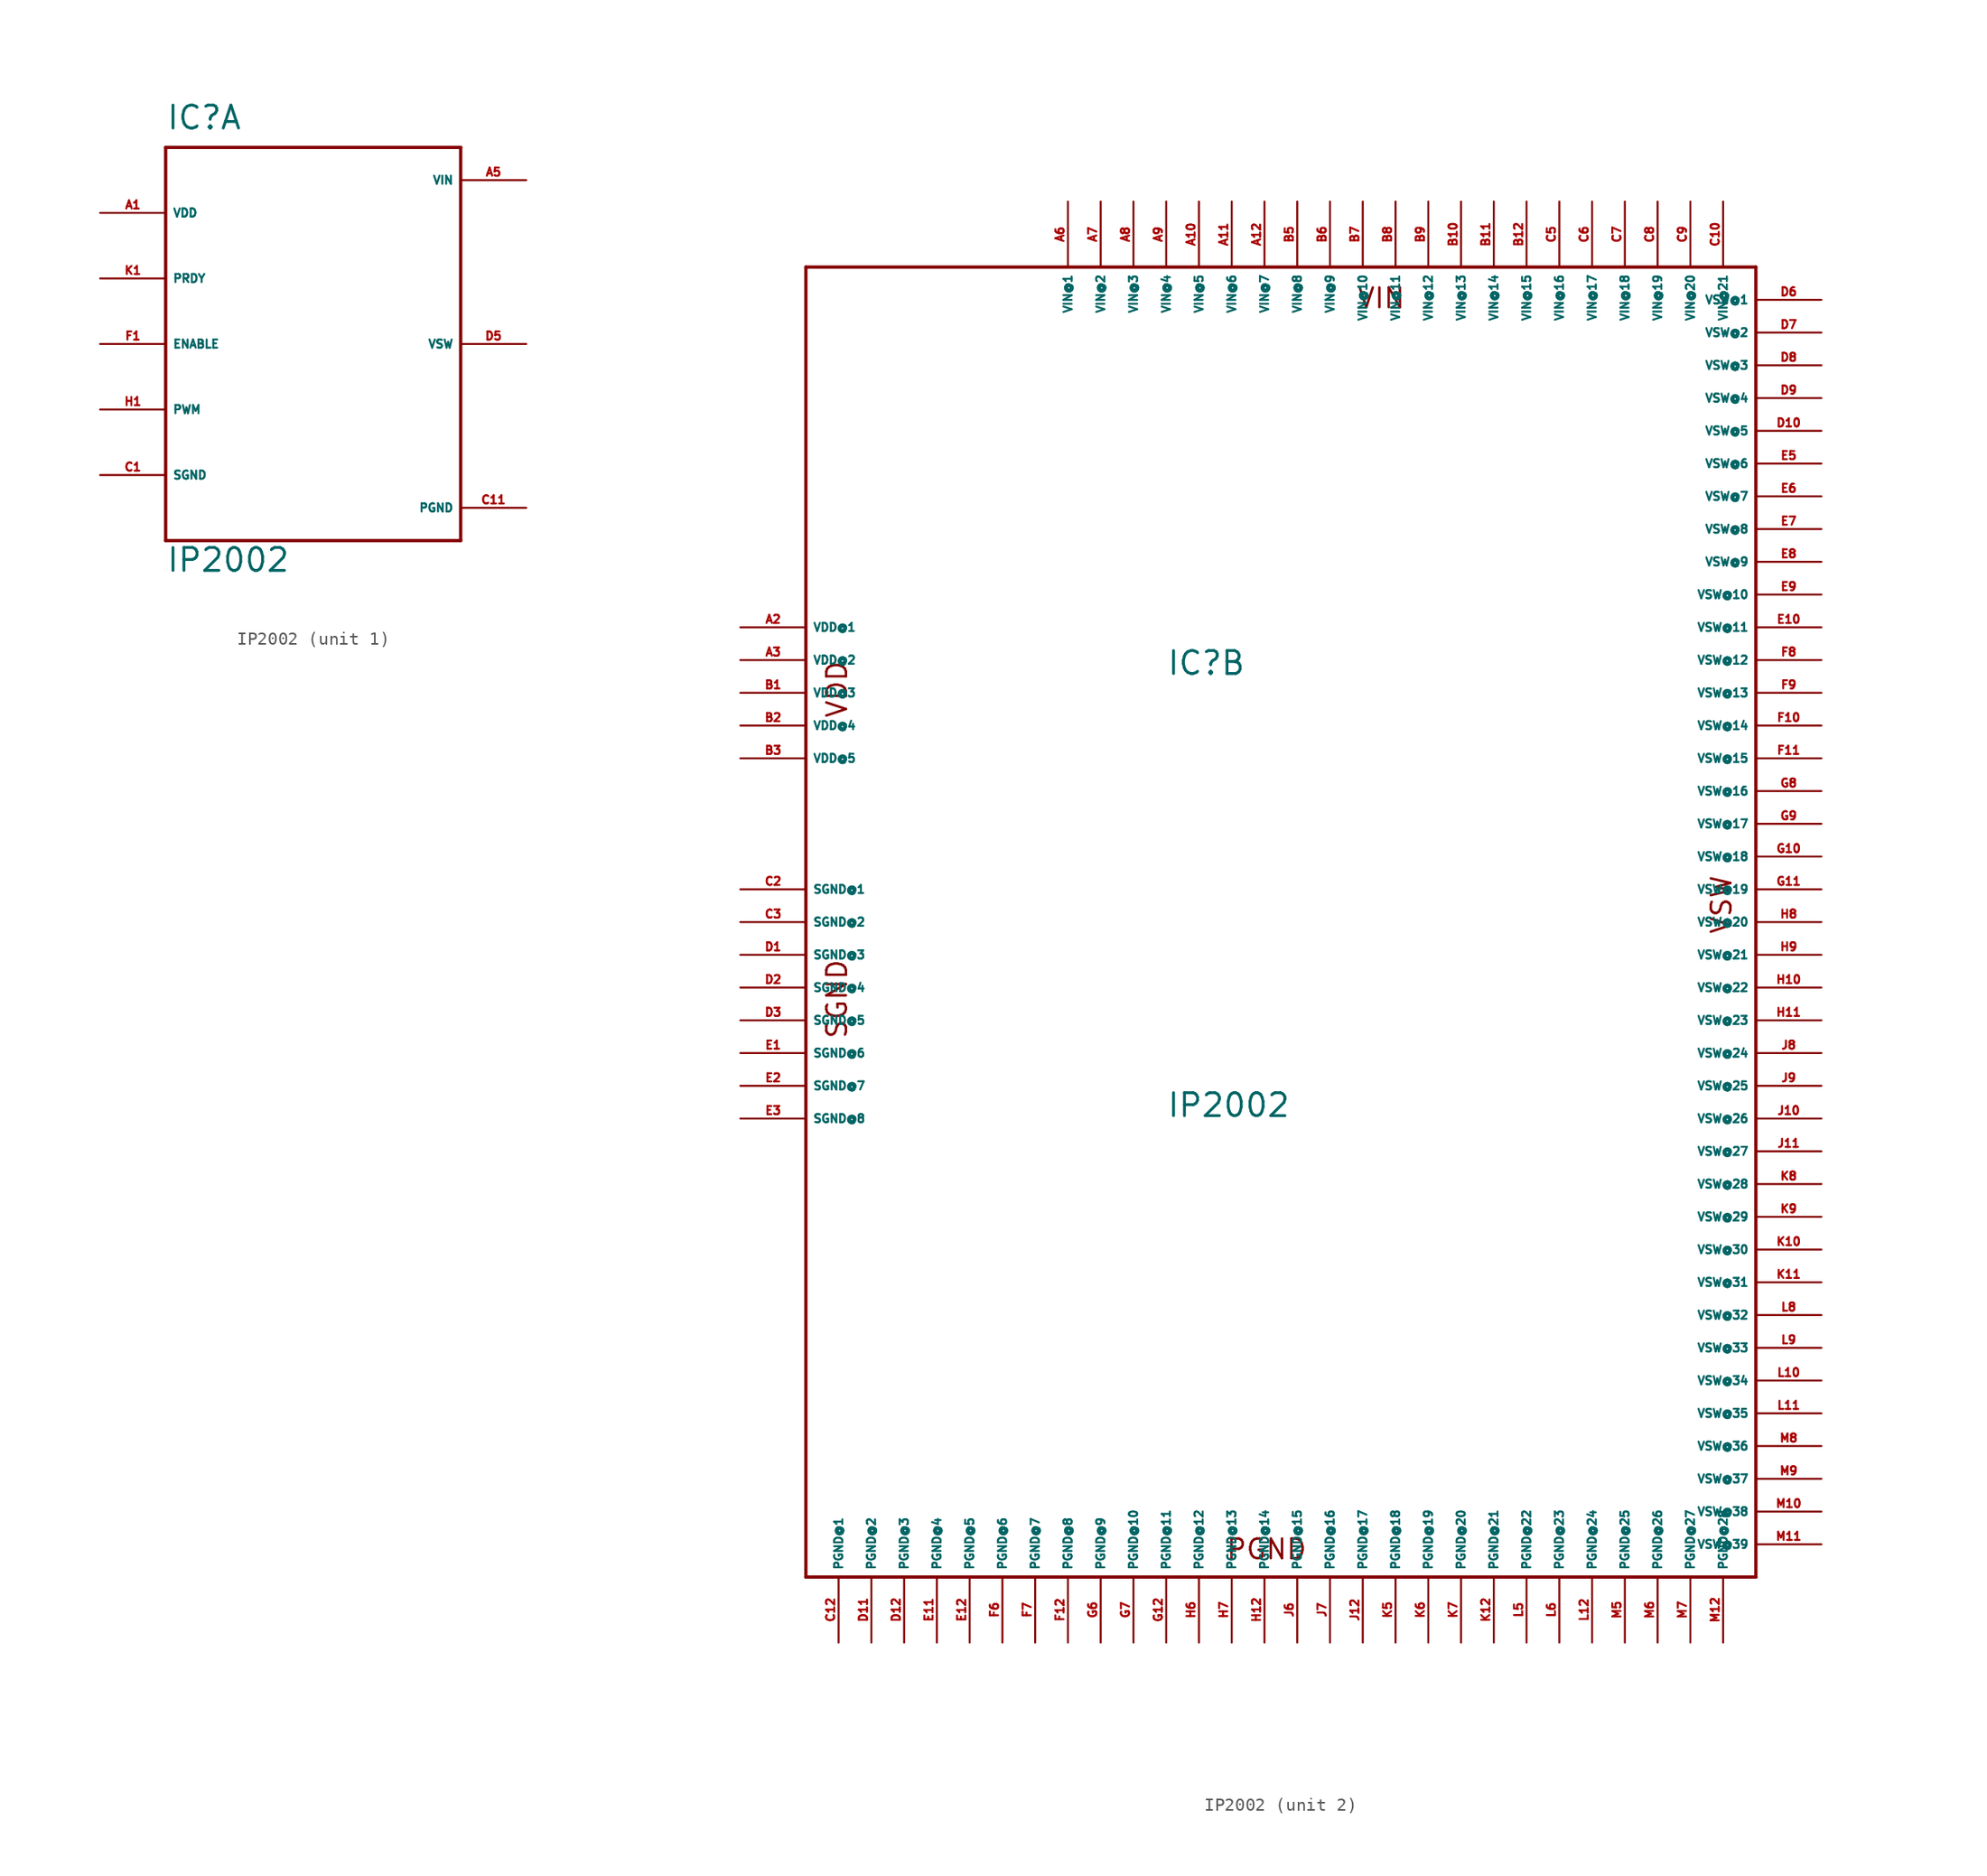
<source format=kicad_sym>
(kicad_symbol_lib
  (version 20220914)
  (generator Eagle2Kicad)
  (symbol "IP2002"
    (property "Reference" "IC"
      (at -10.16 16.51 0)
      (effects (font (size 1.778 1.778) (thickness 0.22)) (justify left bottom)))
    (property "Value" "IP2002"
      (at -10.16 -17.78 0)
      (effects (font (size 1.778 1.778) (thickness 0.22)) (justify left bottom)))
    (symbol "IP2002_1_0"
      (polyline (pts (xy -10.16 15.24) (xy -10.16 -15.24)) (stroke (width 0.254) (type default)) (fill (type none)))
      (polyline (pts (xy -10.16 -15.24) (xy 12.7 -15.24)) (stroke (width 0.254) (type default)) (fill (type none)))
      (polyline (pts (xy 12.7 -15.24) (xy 12.7 15.24)) (stroke (width 0.254) (type default)) (fill (type none)))
      (polyline (pts (xy 12.7 15.24) (xy -10.16 15.24)) (stroke (width 0.254) (type default)) (fill (type none)))
      (pin input line (at -15.24 5.08 0) (length 5.08) (name "PRDY" (effects (font (size 0.635 0.635) (thickness 0.08)) (justify left bottom))) (number "K1" (effects (font (size 0.635 0.635) (thickness 0.08)) (justify left bottom))))
      (pin input line (at -15.24 0 0) (length 5.08) (name "ENABLE" (effects (font (size 0.635 0.635) (thickness 0.08)) (justify left bottom))) (number "F1" (effects (font (size 0.635 0.635) (thickness 0.08)) (justify left bottom))))
      (pin input line (at -15.24 -5.08 0) (length 5.08) (name "PWM" (effects (font (size 0.635 0.635) (thickness 0.08)) (justify left bottom))) (number "H1" (effects (font (size 0.635 0.635) (thickness 0.08)) (justify left bottom))))
      (pin unspecified line (at -15.24 10.16 0) (length 5.08) (name "VDD" (effects (font (size 0.635 0.635) (thickness 0.08)) (justify left bottom))) (number "A1" (effects (font (size 0.635 0.635) (thickness 0.08)) (justify left bottom))))
      (pin unspecified line (at -15.24 -10.16 0) (length 5.08) (name "SGND" (effects (font (size 0.635 0.635) (thickness 0.08)) (justify left bottom))) (number "C1" (effects (font (size 0.635 0.635) (thickness 0.08)) (justify left bottom))))
      (pin unspecified line (at 17.78 -12.7 180) (length 5.08) (name "PGND" (effects (font (size 0.635 0.635) (thickness 0.08)) (justify left bottom))) (number "C11" (effects (font (size 0.635 0.635) (thickness 0.08)) (justify left bottom))))
      (pin unspecified line (at 17.78 12.7 180) (length 5.08) (name "VIN" (effects (font (size 0.635 0.635) (thickness 0.08)) (justify left bottom))) (number "A5" (effects (font (size 0.635 0.635) (thickness 0.08)) (justify left bottom))))
      (pin unspecified line (at 17.78 0 180) (length 5.08) (name "VSW" (effects (font (size 0.635 0.635) (thickness 0.08)) (justify left bottom))) (number "D5" (effects (font (size 0.635 0.635) (thickness 0.08)) (justify left bottom)))))
    (symbol "IP2002_2_0"
      (polyline (pts (xy -38.1 48.26) (xy 35.56 48.26)) (stroke (width 0.254) (type default)) (fill (type none)))
      (polyline (pts (xy 35.56 48.26) (xy 35.56 -53.34)) (stroke (width 0.254) (type default)) (fill (type none)))
      (polyline (pts (xy 35.56 -53.34) (xy -38.1 -53.34)) (stroke (width 0.254) (type default)) (fill (type none)))
      (polyline (pts (xy -38.1 -53.34) (xy -38.1 48.26)) (stroke (width 0.254) (type default)) (fill (type none)))
      (text "VIN" (at 4.572 44.958 0) (effects (font (size 1.524 1.524) (thickness 0.19)) (justify left bottom)))
      (text "SGND" (at -34.798 -11.684 900) (effects (font (size 1.524 1.524) (thickness 0.19)) (justify left bottom)))
      (text "PGND" (at -5.588 -52.07 0) (effects (font (size 1.524 1.524) (thickness 0.19)) (justify left bottom)))
      (text "VDD" (at -34.798 13.208 900) (effects (font (size 1.524 1.524) (thickness 0.19)) (justify left bottom)))
      (text "VSW" (at 33.782 -3.556 900) (effects (font (size 1.524 1.524) (thickness 0.19)) (justify left bottom)))
      (pin unspecified line (at -17.78 53.34 270) (length 5.08) (name "VIN@1" (effects (font (size 0.635 0.635) (thickness 0.08)) (justify left bottom))) (number "A6" (effects (font (size 0.635 0.635) (thickness 0.08)) (justify left bottom))))
      (pin unspecified line (at -15.24 53.34 270) (length 5.08) (name "VIN@2" (effects (font (size 0.635 0.635) (thickness 0.08)) (justify left bottom))) (number "A7" (effects (font (size 0.635 0.635) (thickness 0.08)) (justify left bottom))))
      (pin unspecified line (at -12.7 53.34 270) (length 5.08) (name "VIN@3" (effects (font (size 0.635 0.635) (thickness 0.08)) (justify left bottom))) (number "A8" (effects (font (size 0.635 0.635) (thickness 0.08)) (justify left bottom))))
      (pin unspecified line (at -10.16 53.34 270) (length 5.08) (name "VIN@4" (effects (font (size 0.635 0.635) (thickness 0.08)) (justify left bottom))) (number "A9" (effects (font (size 0.635 0.635) (thickness 0.08)) (justify left bottom))))
      (pin unspecified line (at -7.62 53.34 270) (length 5.08) (name "VIN@5" (effects (font (size 0.635 0.635) (thickness 0.08)) (justify left bottom))) (number "A10" (effects (font (size 0.635 0.635) (thickness 0.08)) (justify left bottom))))
      (pin unspecified line (at -5.08 53.34 270) (length 5.08) (name "VIN@6" (effects (font (size 0.635 0.635) (thickness 0.08)) (justify left bottom))) (number "A11" (effects (font (size 0.635 0.635) (thickness 0.08)) (justify left bottom))))
      (pin unspecified line (at -2.54 53.34 270) (length 5.08) (name "VIN@7" (effects (font (size 0.635 0.635) (thickness 0.08)) (justify left bottom))) (number "A12" (effects (font (size 0.635 0.635) (thickness 0.08)) (justify left bottom))))
      (pin unspecified line (at 0 53.34 270) (length 5.08) (name "VIN@8" (effects (font (size 0.635 0.635) (thickness 0.08)) (justify left bottom))) (number "B5" (effects (font (size 0.635 0.635) (thickness 0.08)) (justify left bottom))))
      (pin unspecified line (at 2.54 53.34 270) (length 5.08) (name "VIN@9" (effects (font (size 0.635 0.635) (thickness 0.08)) (justify left bottom))) (number "B6" (effects (font (size 0.635 0.635) (thickness 0.08)) (justify left bottom))))
      (pin unspecified line (at 5.08 53.34 270) (length 5.08) (name "VIN@10" (effects (font (size 0.635 0.635) (thickness 0.08)) (justify left bottom))) (number "B7" (effects (font (size 0.635 0.635) (thickness 0.08)) (justify left bottom))))
      (pin unspecified line (at 7.62 53.34 270) (length 5.08) (name "VIN@11" (effects (font (size 0.635 0.635) (thickness 0.08)) (justify left bottom))) (number "B8" (effects (font (size 0.635 0.635) (thickness 0.08)) (justify left bottom))))
      (pin unspecified line (at 10.16 53.34 270) (length 5.08) (name "VIN@12" (effects (font (size 0.635 0.635) (thickness 0.08)) (justify left bottom))) (number "B9" (effects (font (size 0.635 0.635) (thickness 0.08)) (justify left bottom))))
      (pin unspecified line (at 12.7 53.34 270) (length 5.08) (name "VIN@13" (effects (font (size 0.635 0.635) (thickness 0.08)) (justify left bottom))) (number "B10" (effects (font (size 0.635 0.635) (thickness 0.08)) (justify left bottom))))
      (pin unspecified line (at 15.24 53.34 270) (length 5.08) (name "VIN@14" (effects (font (size 0.635 0.635) (thickness 0.08)) (justify left bottom))) (number "B11" (effects (font (size 0.635 0.635) (thickness 0.08)) (justify left bottom))))
      (pin unspecified line (at 17.78 53.34 270) (length 5.08) (name "VIN@15" (effects (font (size 0.635 0.635) (thickness 0.08)) (justify left bottom))) (number "B12" (effects (font (size 0.635 0.635) (thickness 0.08)) (justify left bottom))))
      (pin unspecified line (at 20.32 53.34 270) (length 5.08) (name "VIN@16" (effects (font (size 0.635 0.635) (thickness 0.08)) (justify left bottom))) (number "C5" (effects (font (size 0.635 0.635) (thickness 0.08)) (justify left bottom))))
      (pin unspecified line (at 22.86 53.34 270) (length 5.08) (name "VIN@17" (effects (font (size 0.635 0.635) (thickness 0.08)) (justify left bottom))) (number "C6" (effects (font (size 0.635 0.635) (thickness 0.08)) (justify left bottom))))
      (pin unspecified line (at 25.4 53.34 270) (length 5.08) (name "VIN@18" (effects (font (size 0.635 0.635) (thickness 0.08)) (justify left bottom))) (number "C7" (effects (font (size 0.635 0.635) (thickness 0.08)) (justify left bottom))))
      (pin unspecified line (at 27.94 53.34 270) (length 5.08) (name "VIN@19" (effects (font (size 0.635 0.635) (thickness 0.08)) (justify left bottom))) (number "C8" (effects (font (size 0.635 0.635) (thickness 0.08)) (justify left bottom))))
      (pin unspecified line (at 30.48 53.34 270) (length 5.08) (name "VIN@20" (effects (font (size 0.635 0.635) (thickness 0.08)) (justify left bottom))) (number "C9" (effects (font (size 0.635 0.635) (thickness 0.08)) (justify left bottom))))
      (pin unspecified line (at 33.02 53.34 270) (length 5.08) (name "VIN@21" (effects (font (size 0.635 0.635) (thickness 0.08)) (justify left bottom))) (number "C10" (effects (font (size 0.635 0.635) (thickness 0.08)) (justify left bottom))))
      (pin unspecified line (at -43.18 20.32 0) (length 5.08) (name "VDD@1" (effects (font (size 0.635 0.635) (thickness 0.08)) (justify left bottom))) (number "A2" (effects (font (size 0.635 0.635) (thickness 0.08)) (justify left bottom))))
      (pin unspecified line (at -43.18 17.78 0) (length 5.08) (name "VDD@2" (effects (font (size 0.635 0.635) (thickness 0.08)) (justify left bottom))) (number "A3" (effects (font (size 0.635 0.635) (thickness 0.08)) (justify left bottom))))
      (pin unspecified line (at -43.18 15.24 0) (length 5.08) (name "VDD@3" (effects (font (size 0.635 0.635) (thickness 0.08)) (justify left bottom))) (number "B1" (effects (font (size 0.635 0.635) (thickness 0.08)) (justify left bottom))))
      (pin unspecified line (at -43.18 12.7 0) (length 5.08) (name "VDD@4" (effects (font (size 0.635 0.635) (thickness 0.08)) (justify left bottom))) (number "B2" (effects (font (size 0.635 0.635) (thickness 0.08)) (justify left bottom))))
      (pin unspecified line (at -43.18 10.16 0) (length 5.08) (name "VDD@5" (effects (font (size 0.635 0.635) (thickness 0.08)) (justify left bottom))) (number "B3" (effects (font (size 0.635 0.635) (thickness 0.08)) (justify left bottom))))
      (pin unspecified line (at -43.18 0 0) (length 5.08) (name "SGND@1" (effects (font (size 0.635 0.635) (thickness 0.08)) (justify left bottom))) (number "C2" (effects (font (size 0.635 0.635) (thickness 0.08)) (justify left bottom))))
      (pin unspecified line (at -43.18 -2.54 0) (length 5.08) (name "SGND@2" (effects (font (size 0.635 0.635) (thickness 0.08)) (justify left bottom))) (number "C3" (effects (font (size 0.635 0.635) (thickness 0.08)) (justify left bottom))))
      (pin unspecified line (at -43.18 -5.08 0) (length 5.08) (name "SGND@3" (effects (font (size 0.635 0.635) (thickness 0.08)) (justify left bottom))) (number "D1" (effects (font (size 0.635 0.635) (thickness 0.08)) (justify left bottom))))
      (pin unspecified line (at -43.18 -7.62 0) (length 5.08) (name "SGND@4" (effects (font (size 0.635 0.635) (thickness 0.08)) (justify left bottom))) (number "D2" (effects (font (size 0.635 0.635) (thickness 0.08)) (justify left bottom))))
      (pin unspecified line (at -43.18 -10.16 0) (length 5.08) (name "SGND@5" (effects (font (size 0.635 0.635) (thickness 0.08)) (justify left bottom))) (number "D3" (effects (font (size 0.635 0.635) (thickness 0.08)) (justify left bottom))))
      (pin unspecified line (at -43.18 -12.7 0) (length 5.08) (name "SGND@6" (effects (font (size 0.635 0.635) (thickness 0.08)) (justify left bottom))) (number "E1" (effects (font (size 0.635 0.635) (thickness 0.08)) (justify left bottom))))
      (pin unspecified line (at -43.18 -15.24 0) (length 5.08) (name "SGND@7" (effects (font (size 0.635 0.635) (thickness 0.08)) (justify left bottom))) (number "E2" (effects (font (size 0.635 0.635) (thickness 0.08)) (justify left bottom))))
      (pin unspecified line (at -43.18 -17.78 0) (length 5.08) (name "SGND@8" (effects (font (size 0.635 0.635) (thickness 0.08)) (justify left bottom))) (number "E3" (effects (font (size 0.635 0.635) (thickness 0.08)) (justify left bottom))))
      (pin unspecified line (at -35.56 -58.42 90) (length 5.08) (name "PGND@1" (effects (font (size 0.635 0.635) (thickness 0.08)) (justify left bottom))) (number "C12" (effects (font (size 0.635 0.635) (thickness 0.08)) (justify left bottom))))
      (pin unspecified line (at -33.02 -58.42 90) (length 5.08) (name "PGND@2" (effects (font (size 0.635 0.635) (thickness 0.08)) (justify left bottom))) (number "D11" (effects (font (size 0.635 0.635) (thickness 0.08)) (justify left bottom))))
      (pin unspecified line (at -30.48 -58.42 90) (length 5.08) (name "PGND@3" (effects (font (size 0.635 0.635) (thickness 0.08)) (justify left bottom))) (number "D12" (effects (font (size 0.635 0.635) (thickness 0.08)) (justify left bottom))))
      (pin unspecified line (at -27.94 -58.42 90) (length 5.08) (name "PGND@4" (effects (font (size 0.635 0.635) (thickness 0.08)) (justify left bottom))) (number "E11" (effects (font (size 0.635 0.635) (thickness 0.08)) (justify left bottom))))
      (pin unspecified line (at -25.4 -58.42 90) (length 5.08) (name "PGND@5" (effects (font (size 0.635 0.635) (thickness 0.08)) (justify left bottom))) (number "E12" (effects (font (size 0.635 0.635) (thickness 0.08)) (justify left bottom))))
      (pin unspecified line (at -22.86 -58.42 90) (length 5.08) (name "PGND@6" (effects (font (size 0.635 0.635) (thickness 0.08)) (justify left bottom))) (number "F6" (effects (font (size 0.635 0.635) (thickness 0.08)) (justify left bottom))))
      (pin unspecified line (at -20.32 -58.42 90) (length 5.08) (name "PGND@7" (effects (font (size 0.635 0.635) (thickness 0.08)) (justify left bottom))) (number "F7" (effects (font (size 0.635 0.635) (thickness 0.08)) (justify left bottom))))
      (pin unspecified line (at -17.78 -58.42 90) (length 5.08) (name "PGND@8" (effects (font (size 0.635 0.635) (thickness 0.08)) (justify left bottom))) (number "F12" (effects (font (size 0.635 0.635) (thickness 0.08)) (justify left bottom))))
      (pin unspecified line (at -15.24 -58.42 90) (length 5.08) (name "PGND@9" (effects (font (size 0.635 0.635) (thickness 0.08)) (justify left bottom))) (number "G6" (effects (font (size 0.635 0.635) (thickness 0.08)) (justify left bottom))))
      (pin unspecified line (at -12.7 -58.42 90) (length 5.08) (name "PGND@10" (effects (font (size 0.635 0.635) (thickness 0.08)) (justify left bottom))) (number "G7" (effects (font (size 0.635 0.635) (thickness 0.08)) (justify left bottom))))
      (pin unspecified line (at -10.16 -58.42 90) (length 5.08) (name "PGND@11" (effects (font (size 0.635 0.635) (thickness 0.08)) (justify left bottom))) (number "G12" (effects (font (size 0.635 0.635) (thickness 0.08)) (justify left bottom))))
      (pin unspecified line (at -7.62 -58.42 90) (length 5.08) (name "PGND@12" (effects (font (size 0.635 0.635) (thickness 0.08)) (justify left bottom))) (number "H6" (effects (font (size 0.635 0.635) (thickness 0.08)) (justify left bottom))))
      (pin unspecified line (at -5.08 -58.42 90) (length 5.08) (name "PGND@13" (effects (font (size 0.635 0.635) (thickness 0.08)) (justify left bottom))) (number "H7" (effects (font (size 0.635 0.635) (thickness 0.08)) (justify left bottom))))
      (pin unspecified line (at -2.54 -58.42 90) (length 5.08) (name "PGND@14" (effects (font (size 0.635 0.635) (thickness 0.08)) (justify left bottom))) (number "H12" (effects (font (size 0.635 0.635) (thickness 0.08)) (justify left bottom))))
      (pin unspecified line (at 0 -58.42 90) (length 5.08) (name "PGND@15" (effects (font (size 0.635 0.635) (thickness 0.08)) (justify left bottom))) (number "J6" (effects (font (size 0.635 0.635) (thickness 0.08)) (justify left bottom))))
      (pin unspecified line (at 2.54 -58.42 90) (length 5.08) (name "PGND@16" (effects (font (size 0.635 0.635) (thickness 0.08)) (justify left bottom))) (number "J7" (effects (font (size 0.635 0.635) (thickness 0.08)) (justify left bottom))))
      (pin unspecified line (at 5.08 -58.42 90) (length 5.08) (name "PGND@17" (effects (font (size 0.635 0.635) (thickness 0.08)) (justify left bottom))) (number "J12" (effects (font (size 0.635 0.635) (thickness 0.08)) (justify left bottom))))
      (pin unspecified line (at 7.62 -58.42 90) (length 5.08) (name "PGND@18" (effects (font (size 0.635 0.635) (thickness 0.08)) (justify left bottom))) (number "K5" (effects (font (size 0.635 0.635) (thickness 0.08)) (justify left bottom))))
      (pin unspecified line (at 10.16 -58.42 90) (length 5.08) (name "PGND@19" (effects (font (size 0.635 0.635) (thickness 0.08)) (justify left bottom))) (number "K6" (effects (font (size 0.635 0.635) (thickness 0.08)) (justify left bottom))))
      (pin unspecified line (at 12.7 -58.42 90) (length 5.08) (name "PGND@20" (effects (font (size 0.635 0.635) (thickness 0.08)) (justify left bottom))) (number "K7" (effects (font (size 0.635 0.635) (thickness 0.08)) (justify left bottom))))
      (pin unspecified line (at 15.24 -58.42 90) (length 5.08) (name "PGND@21" (effects (font (size 0.635 0.635) (thickness 0.08)) (justify left bottom))) (number "K12" (effects (font (size 0.635 0.635) (thickness 0.08)) (justify left bottom))))
      (pin unspecified line (at 17.78 -58.42 90) (length 5.08) (name "PGND@22" (effects (font (size 0.635 0.635) (thickness 0.08)) (justify left bottom))) (number "L5" (effects (font (size 0.635 0.635) (thickness 0.08)) (justify left bottom))))
      (pin unspecified line (at 20.32 -58.42 90) (length 5.08) (name "PGND@23" (effects (font (size 0.635 0.635) (thickness 0.08)) (justify left bottom))) (number "L6" (effects (font (size 0.635 0.635) (thickness 0.08)) (justify left bottom))))
      (pin unspecified line (at 22.86 -58.42 90) (length 5.08) (name "PGND@24" (effects (font (size 0.635 0.635) (thickness 0.08)) (justify left bottom))) (number "L12" (effects (font (size 0.635 0.635) (thickness 0.08)) (justify left bottom))))
      (pin unspecified line (at 25.4 -58.42 90) (length 5.08) (name "PGND@25" (effects (font (size 0.635 0.635) (thickness 0.08)) (justify left bottom))) (number "M5" (effects (font (size 0.635 0.635) (thickness 0.08)) (justify left bottom))))
      (pin unspecified line (at 27.94 -58.42 90) (length 5.08) (name "PGND@26" (effects (font (size 0.635 0.635) (thickness 0.08)) (justify left bottom))) (number "M6" (effects (font (size 0.635 0.635) (thickness 0.08)) (justify left bottom))))
      (pin unspecified line (at 30.48 -58.42 90) (length 5.08) (name "PGND@27" (effects (font (size 0.635 0.635) (thickness 0.08)) (justify left bottom))) (number "M7" (effects (font (size 0.635 0.635) (thickness 0.08)) (justify left bottom))))
      (pin unspecified line (at 33.02 -58.42 90) (length 5.08) (name "PGND@28" (effects (font (size 0.635 0.635) (thickness 0.08)) (justify left bottom))) (number "M12" (effects (font (size 0.635 0.635) (thickness 0.08)) (justify left bottom))))
      (pin unspecified line (at 40.64 45.72 180) (length 5.08) (name "VSW@1" (effects (font (size 0.635 0.635) (thickness 0.08)) (justify left bottom))) (number "D6" (effects (font (size 0.635 0.635) (thickness 0.08)) (justify left bottom))))
      (pin unspecified line (at 40.64 43.18 180) (length 5.08) (name "VSW@2" (effects (font (size 0.635 0.635) (thickness 0.08)) (justify left bottom))) (number "D7" (effects (font (size 0.635 0.635) (thickness 0.08)) (justify left bottom))))
      (pin unspecified line (at 40.64 40.64 180) (length 5.08) (name "VSW@3" (effects (font (size 0.635 0.635) (thickness 0.08)) (justify left bottom))) (number "D8" (effects (font (size 0.635 0.635) (thickness 0.08)) (justify left bottom))))
      (pin unspecified line (at 40.64 38.1 180) (length 5.08) (name "VSW@4" (effects (font (size 0.635 0.635) (thickness 0.08)) (justify left bottom))) (number "D9" (effects (font (size 0.635 0.635) (thickness 0.08)) (justify left bottom))))
      (pin unspecified line (at 40.64 35.56 180) (length 5.08) (name "VSW@5" (effects (font (size 0.635 0.635) (thickness 0.08)) (justify left bottom))) (number "D10" (effects (font (size 0.635 0.635) (thickness 0.08)) (justify left bottom))))
      (pin unspecified line (at 40.64 33.02 180) (length 5.08) (name "VSW@6" (effects (font (size 0.635 0.635) (thickness 0.08)) (justify left bottom))) (number "E5" (effects (font (size 0.635 0.635) (thickness 0.08)) (justify left bottom))))
      (pin unspecified line (at 40.64 30.48 180) (length 5.08) (name "VSW@7" (effects (font (size 0.635 0.635) (thickness 0.08)) (justify left bottom))) (number "E6" (effects (font (size 0.635 0.635) (thickness 0.08)) (justify left bottom))))
      (pin unspecified line (at 40.64 27.94 180) (length 5.08) (name "VSW@8" (effects (font (size 0.635 0.635) (thickness 0.08)) (justify left bottom))) (number "E7" (effects (font (size 0.635 0.635) (thickness 0.08)) (justify left bottom))))
      (pin unspecified line (at 40.64 25.4 180) (length 5.08) (name "VSW@9" (effects (font (size 0.635 0.635) (thickness 0.08)) (justify left bottom))) (number "E8" (effects (font (size 0.635 0.635) (thickness 0.08)) (justify left bottom))))
      (pin unspecified line (at 40.64 22.86 180) (length 5.08) (name "VSW@10" (effects (font (size 0.635 0.635) (thickness 0.08)) (justify left bottom))) (number "E9" (effects (font (size 0.635 0.635) (thickness 0.08)) (justify left bottom))))
      (pin unspecified line (at 40.64 20.32 180) (length 5.08) (name "VSW@11" (effects (font (size 0.635 0.635) (thickness 0.08)) (justify left bottom))) (number "E10" (effects (font (size 0.635 0.635) (thickness 0.08)) (justify left bottom))))
      (pin unspecified line (at 40.64 17.78 180) (length 5.08) (name "VSW@12" (effects (font (size 0.635 0.635) (thickness 0.08)) (justify left bottom))) (number "F8" (effects (font (size 0.635 0.635) (thickness 0.08)) (justify left bottom))))
      (pin unspecified line (at 40.64 15.24 180) (length 5.08) (name "VSW@13" (effects (font (size 0.635 0.635) (thickness 0.08)) (justify left bottom))) (number "F9" (effects (font (size 0.635 0.635) (thickness 0.08)) (justify left bottom))))
      (pin unspecified line (at 40.64 12.7 180) (length 5.08) (name "VSW@14" (effects (font (size 0.635 0.635) (thickness 0.08)) (justify left bottom))) (number "F10" (effects (font (size 0.635 0.635) (thickness 0.08)) (justify left bottom))))
      (pin unspecified line (at 40.64 10.16 180) (length 5.08) (name "VSW@15" (effects (font (size 0.635 0.635) (thickness 0.08)) (justify left bottom))) (number "F11" (effects (font (size 0.635 0.635) (thickness 0.08)) (justify left bottom))))
      (pin unspecified line (at 40.64 7.62 180) (length 5.08) (name "VSW@16" (effects (font (size 0.635 0.635) (thickness 0.08)) (justify left bottom))) (number "G8" (effects (font (size 0.635 0.635) (thickness 0.08)) (justify left bottom))))
      (pin unspecified line (at 40.64 5.08 180) (length 5.08) (name "VSW@17" (effects (font (size 0.635 0.635) (thickness 0.08)) (justify left bottom))) (number "G9" (effects (font (size 0.635 0.635) (thickness 0.08)) (justify left bottom))))
      (pin unspecified line (at 40.64 2.54 180) (length 5.08) (name "VSW@18" (effects (font (size 0.635 0.635) (thickness 0.08)) (justify left bottom))) (number "G10" (effects (font (size 0.635 0.635) (thickness 0.08)) (justify left bottom))))
      (pin unspecified line (at 40.64 0 180) (length 5.08) (name "VSW@19" (effects (font (size 0.635 0.635) (thickness 0.08)) (justify left bottom))) (number "G11" (effects (font (size 0.635 0.635) (thickness 0.08)) (justify left bottom))))
      (pin unspecified line (at 40.64 -2.54 180) (length 5.08) (name "VSW@20" (effects (font (size 0.635 0.635) (thickness 0.08)) (justify left bottom))) (number "H8" (effects (font (size 0.635 0.635) (thickness 0.08)) (justify left bottom))))
      (pin unspecified line (at 40.64 -5.08 180) (length 5.08) (name "VSW@21" (effects (font (size 0.635 0.635) (thickness 0.08)) (justify left bottom))) (number "H9" (effects (font (size 0.635 0.635) (thickness 0.08)) (justify left bottom))))
      (pin unspecified line (at 40.64 -7.62 180) (length 5.08) (name "VSW@22" (effects (font (size 0.635 0.635) (thickness 0.08)) (justify left bottom))) (number "H10" (effects (font (size 0.635 0.635) (thickness 0.08)) (justify left bottom))))
      (pin unspecified line (at 40.64 -10.16 180) (length 5.08) (name "VSW@23" (effects (font (size 0.635 0.635) (thickness 0.08)) (justify left bottom))) (number "H11" (effects (font (size 0.635 0.635) (thickness 0.08)) (justify left bottom))))
      (pin unspecified line (at 40.64 -12.7 180) (length 5.08) (name "VSW@24" (effects (font (size 0.635 0.635) (thickness 0.08)) (justify left bottom))) (number "J8" (effects (font (size 0.635 0.635) (thickness 0.08)) (justify left bottom))))
      (pin unspecified line (at 40.64 -15.24 180) (length 5.08) (name "VSW@25" (effects (font (size 0.635 0.635) (thickness 0.08)) (justify left bottom))) (number "J9" (effects (font (size 0.635 0.635) (thickness 0.08)) (justify left bottom))))
      (pin unspecified line (at 40.64 -17.78 180) (length 5.08) (name "VSW@26" (effects (font (size 0.635 0.635) (thickness 0.08)) (justify left bottom))) (number "J10" (effects (font (size 0.635 0.635) (thickness 0.08)) (justify left bottom))))
      (pin unspecified line (at 40.64 -20.32 180) (length 5.08) (name "VSW@27" (effects (font (size 0.635 0.635) (thickness 0.08)) (justify left bottom))) (number "J11" (effects (font (size 0.635 0.635) (thickness 0.08)) (justify left bottom))))
      (pin unspecified line (at 40.64 -22.86 180) (length 5.08) (name "VSW@28" (effects (font (size 0.635 0.635) (thickness 0.08)) (justify left bottom))) (number "K8" (effects (font (size 0.635 0.635) (thickness 0.08)) (justify left bottom))))
      (pin unspecified line (at 40.64 -25.4 180) (length 5.08) (name "VSW@29" (effects (font (size 0.635 0.635) (thickness 0.08)) (justify left bottom))) (number "K9" (effects (font (size 0.635 0.635) (thickness 0.08)) (justify left bottom))))
      (pin unspecified line (at 40.64 -27.94 180) (length 5.08) (name "VSW@30" (effects (font (size 0.635 0.635) (thickness 0.08)) (justify left bottom))) (number "K10" (effects (font (size 0.635 0.635) (thickness 0.08)) (justify left bottom))))
      (pin unspecified line (at 40.64 -30.48 180) (length 5.08) (name "VSW@31" (effects (font (size 0.635 0.635) (thickness 0.08)) (justify left bottom))) (number "K11" (effects (font (size 0.635 0.635) (thickness 0.08)) (justify left bottom))))
      (pin unspecified line (at 40.64 -33.02 180) (length 5.08) (name "VSW@32" (effects (font (size 0.635 0.635) (thickness 0.08)) (justify left bottom))) (number "L8" (effects (font (size 0.635 0.635) (thickness 0.08)) (justify left bottom))))
      (pin unspecified line (at 40.64 -35.56 180) (length 5.08) (name "VSW@33" (effects (font (size 0.635 0.635) (thickness 0.08)) (justify left bottom))) (number "L9" (effects (font (size 0.635 0.635) (thickness 0.08)) (justify left bottom))))
      (pin unspecified line (at 40.64 -38.1 180) (length 5.08) (name "VSW@34" (effects (font (size 0.635 0.635) (thickness 0.08)) (justify left bottom))) (number "L10" (effects (font (size 0.635 0.635) (thickness 0.08)) (justify left bottom))))
      (pin unspecified line (at 40.64 -40.64 180) (length 5.08) (name "VSW@35" (effects (font (size 0.635 0.635) (thickness 0.08)) (justify left bottom))) (number "L11" (effects (font (size 0.635 0.635) (thickness 0.08)) (justify left bottom))))
      (pin unspecified line (at 40.64 -43.18 180) (length 5.08) (name "VSW@36" (effects (font (size 0.635 0.635) (thickness 0.08)) (justify left bottom))) (number "M8" (effects (font (size 0.635 0.635) (thickness 0.08)) (justify left bottom))))
      (pin unspecified line (at 40.64 -45.72 180) (length 5.08) (name "VSW@37" (effects (font (size 0.635 0.635) (thickness 0.08)) (justify left bottom))) (number "M9" (effects (font (size 0.635 0.635) (thickness 0.08)) (justify left bottom))))
      (pin unspecified line (at 40.64 -48.26 180) (length 5.08) (name "VSW@38" (effects (font (size 0.635 0.635) (thickness 0.08)) (justify left bottom))) (number "M10" (effects (font (size 0.635 0.635) (thickness 0.08)) (justify left bottom))))
      (pin unspecified line (at 40.64 -50.8 180) (length 5.08) (name "VSW@39" (effects (font (size 0.635 0.635) (thickness 0.08)) (justify left bottom))) (number "M11" (effects (font (size 0.635 0.635) (thickness 0.08)) (justify left bottom)))))))
</source>
